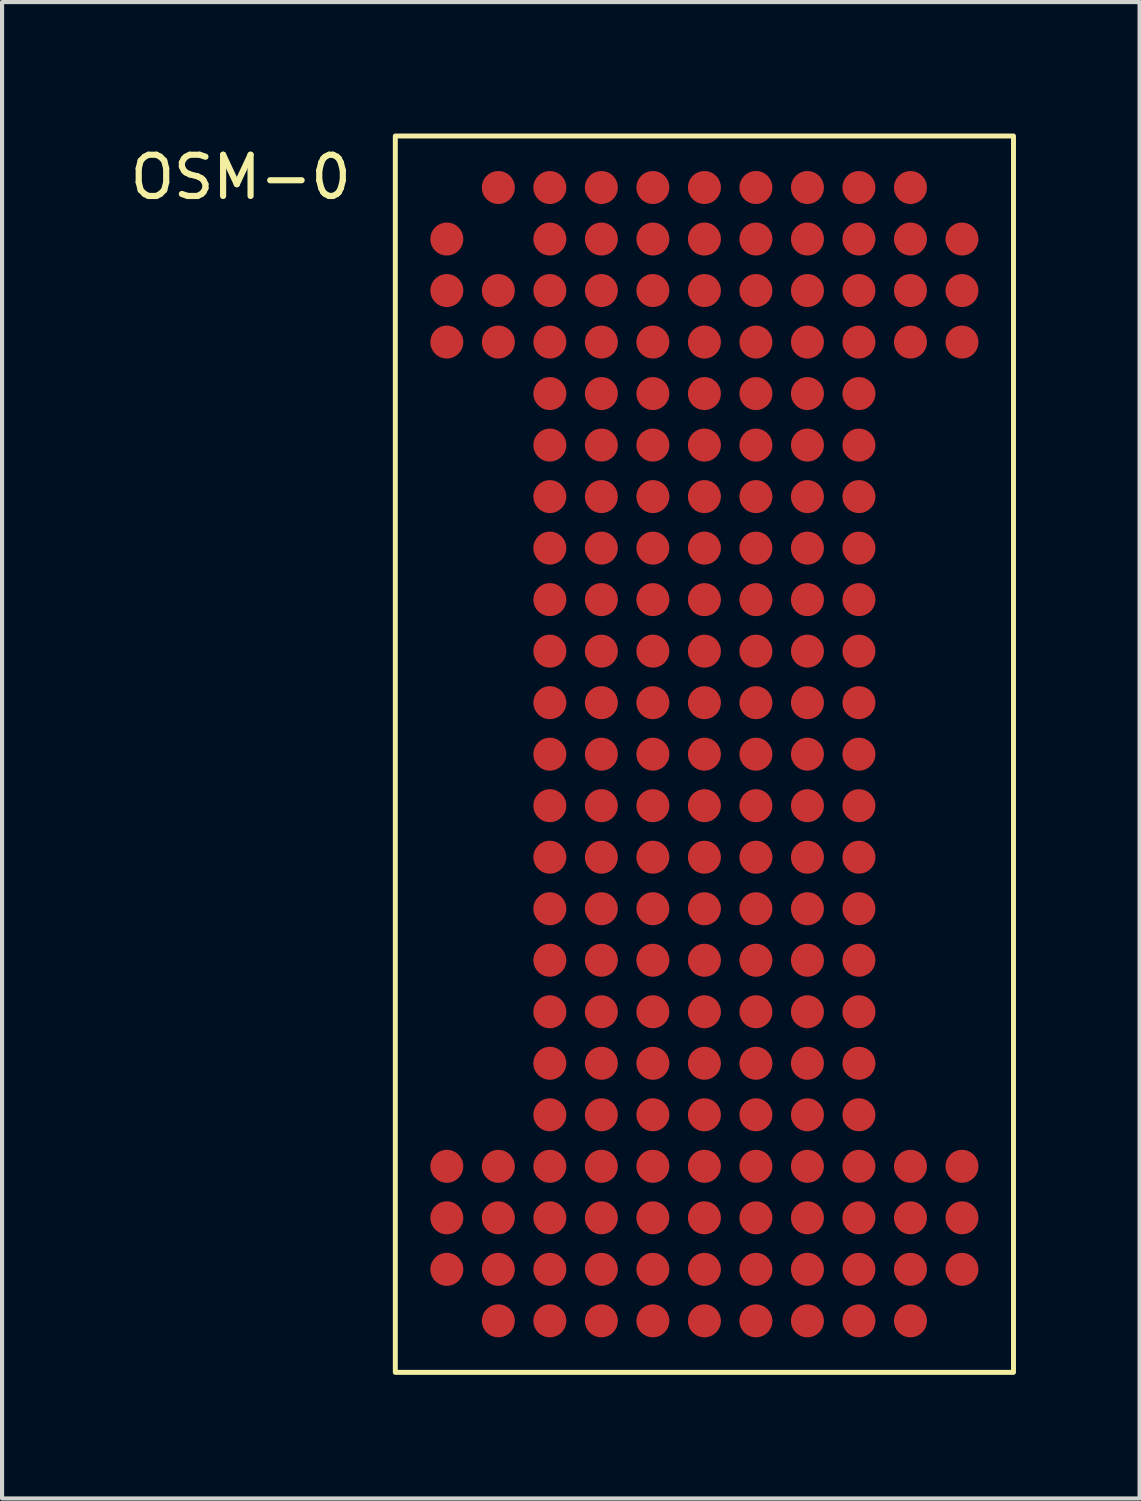
<source format=kicad_pcb>
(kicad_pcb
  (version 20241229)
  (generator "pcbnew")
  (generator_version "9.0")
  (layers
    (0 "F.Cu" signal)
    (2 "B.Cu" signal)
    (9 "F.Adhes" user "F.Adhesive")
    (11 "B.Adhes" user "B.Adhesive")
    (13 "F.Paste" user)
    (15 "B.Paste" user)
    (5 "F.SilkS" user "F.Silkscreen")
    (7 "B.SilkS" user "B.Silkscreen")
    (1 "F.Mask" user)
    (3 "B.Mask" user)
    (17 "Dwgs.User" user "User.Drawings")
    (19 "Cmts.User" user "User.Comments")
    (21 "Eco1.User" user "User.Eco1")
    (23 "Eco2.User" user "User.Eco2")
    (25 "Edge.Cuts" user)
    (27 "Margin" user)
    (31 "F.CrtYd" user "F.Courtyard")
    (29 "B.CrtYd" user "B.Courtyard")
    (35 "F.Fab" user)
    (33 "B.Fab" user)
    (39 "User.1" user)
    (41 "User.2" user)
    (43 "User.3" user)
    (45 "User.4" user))
  (footprint "OSM-0"
    (layer "F.Cu")
    (at 6.542 0.25)
    (property "Reference" "OSM-0" (at -3.75 1 0) (unlocked yes) (layer "F.SilkS") (effects (font (size 1 1) (thickness 0.15))))
    (attr smd)
    (fp_rect (start 0 0) (end 15 30) (stroke (width 0.12) (type solid)) (fill no) (layer "F.SilkS"))
    (pad "A14" smd circle (at 2.5 1.25) (size 0.8 0.8) (property pad_prop_bga) (layers "F.Cu" "F.Mask" "F.Paste"))
    (pad "A15" smd circle (at 3.75 1.25) (size 0.8 0.8) (property pad_prop_bga) (layers "F.Cu" "F.Mask" "F.Paste"))
    (pad "A16" smd circle (at 5 1.25) (size 0.8 0.8) (property pad_prop_bga) (layers "F.Cu" "F.Mask" "F.Paste"))
    (pad "A17" smd circle (at 6.25 1.25) (size 0.8 0.8) (property pad_prop_bga) (layers "F.Cu" "F.Mask" "F.Paste"))
    (pad "A18" smd circle (at 7.5 1.25) (size 0.8 0.8) (property pad_prop_bga) (layers "F.Cu" "F.Mask" "F.Paste"))
    (pad "A19" smd circle (at 8.75 1.25) (size 0.8 0.8) (property pad_prop_bga) (layers "F.Cu" "F.Mask" "F.Paste"))
    (pad "A20" smd circle (at 10 1.25) (size 0.8 0.8) (property pad_prop_bga) (layers "F.Cu" "F.Mask" "F.Paste"))
    (pad "A21" smd circle (at 11.25 1.25) (size 0.8 0.8) (property pad_prop_bga) (layers "F.Cu" "F.Mask" "F.Paste"))
    (pad "A22" smd circle (at 12.5 1.25) (size 0.8 0.8) (property pad_prop_bga) (layers "F.Cu" "F.Mask" "F.Paste"))
    (pad "AA13" smd circle (at 1.25 26.25) (size 0.8 0.8) (property pad_prop_bga) (layers "F.Cu" "F.Mask" "F.Paste"))
    (pad "AA14" smd circle (at 2.5 26.25) (size 0.8 0.8) (property pad_prop_bga) (layers "F.Cu" "F.Mask" "F.Paste"))
    (pad "AA15" smd circle (at 3.75 26.25) (size 0.8 0.8) (property pad_prop_bga) (layers "F.Cu" "F.Mask" "F.Paste"))
    (pad "AA16" smd circle (at 5 26.25) (size 0.8 0.8) (property pad_prop_bga) (layers "F.Cu" "F.Mask" "F.Paste"))
    (pad "AA17" smd circle (at 6.25 26.25) (size 0.8 0.8) (property pad_prop_bga) (layers "F.Cu" "F.Mask" "F.Paste"))
    (pad "AA18" smd circle (at 7.5 26.25) (size 0.8 0.8) (property pad_prop_bga) (layers "F.Cu" "F.Mask" "F.Paste"))
    (pad "AA19" smd circle (at 8.75 26.25) (size 0.8 0.8) (property pad_prop_bga) (layers "F.Cu" "F.Mask" "F.Paste"))
    (pad "AA20" smd circle (at 10 26.25) (size 0.8 0.8) (property pad_prop_bga) (layers "F.Cu" "F.Mask" "F.Paste"))
    (pad "AA21" smd circle (at 11.25 26.25) (size 0.8 0.8) (property pad_prop_bga) (layers "F.Cu" "F.Mask" "F.Paste"))
    (pad "AA22" smd circle (at 12.5 26.25) (size 0.8 0.8) (property pad_prop_bga) (layers "F.Cu" "F.Mask" "F.Paste"))
    (pad "AA23" smd circle (at 13.75 26.25) (size 0.8 0.8) (property pad_prop_bga) (layers "F.Cu" "F.Mask" "F.Paste"))
    (pad "AB13" smd circle (at 1.25 27.5) (size 0.8 0.8) (property pad_prop_bga) (layers "F.Cu" "F.Mask" "F.Paste"))
    (pad "AB14" smd circle (at 2.5 27.5) (size 0.8 0.8) (property pad_prop_bga) (layers "F.Cu" "F.Mask" "F.Paste"))
    (pad "AB15" smd circle (at 3.75 27.5) (size 0.8 0.8) (property pad_prop_bga) (layers "F.Cu" "F.Mask" "F.Paste"))
    (pad "AB16" smd circle (at 5 27.5) (size 0.8 0.8) (property pad_prop_bga) (layers "F.Cu" "F.Mask" "F.Paste"))
    (pad "AB17" smd circle (at 6.25 27.5) (size 0.8 0.8) (property pad_prop_bga) (layers "F.Cu" "F.Mask" "F.Paste"))
    (pad "AB18" smd circle (at 7.5 27.5) (size 0.8 0.8) (property pad_prop_bga) (layers "F.Cu" "F.Mask" "F.Paste"))
    (pad "AB19" smd circle (at 8.75 27.5) (size 0.8 0.8) (property pad_prop_bga) (layers "F.Cu" "F.Mask" "F.Paste"))
    (pad "AB20" smd circle (at 10 27.5) (size 0.8 0.8) (property pad_prop_bga) (layers "F.Cu" "F.Mask" "F.Paste"))
    (pad "AB21" smd circle (at 11.25 27.5) (size 0.8 0.8) (property pad_prop_bga) (layers "F.Cu" "F.Mask" "F.Paste"))
    (pad "AB22" smd circle (at 12.5 27.5) (size 0.8 0.8) (property pad_prop_bga) (layers "F.Cu" "F.Mask" "F.Paste"))
    (pad "AB23" smd circle (at 13.75 27.5) (size 0.8 0.8) (property pad_prop_bga) (layers "F.Cu" "F.Mask" "F.Paste"))
    (pad "AC14" smd circle (at 2.5 28.75) (size 0.8 0.8) (property pad_prop_bga) (layers "F.Cu" "F.Mask" "F.Paste"))
    (pad "AC15" smd circle (at 3.75 28.75) (size 0.8 0.8) (property pad_prop_bga) (layers "F.Cu" "F.Mask" "F.Paste"))
    (pad "AC16" smd circle (at 5 28.75) (size 0.8 0.8) (property pad_prop_bga) (layers "F.Cu" "F.Mask" "F.Paste"))
    (pad "AC17" smd circle (at 6.25 28.75) (size 0.8 0.8) (property pad_prop_bga) (layers "F.Cu" "F.Mask" "F.Paste"))
    (pad "AC18" smd circle (at 7.5 28.75) (size 0.8 0.8) (property pad_prop_bga) (layers "F.Cu" "F.Mask" "F.Paste"))
    (pad "AC19" smd circle (at 8.75 28.75) (size 0.8 0.8) (property pad_prop_bga) (layers "F.Cu" "F.Mask" "F.Paste"))
    (pad "AC20" smd circle (at 10 28.75) (size 0.8 0.8) (property pad_prop_bga) (layers "F.Cu" "F.Mask" "F.Paste"))
    (pad "AC21" smd circle (at 11.25 28.75) (size 0.8 0.8) (property pad_prop_bga) (layers "F.Cu" "F.Mask" "F.Paste"))
    (pad "AC22" smd circle (at 12.5 28.75) (size 0.8 0.8) (property pad_prop_bga) (layers "F.Cu" "F.Mask" "F.Paste"))
    (pad "B13" smd circle (at 1.25 2.5) (size 0.8 0.8) (property pad_prop_bga) (layers "F.Cu" "F.Mask" "F.Paste"))
    (pad "B15" smd circle (at 3.75 2.5) (size 0.8 0.8) (property pad_prop_bga) (layers "F.Cu" "F.Mask" "F.Paste"))
    (pad "B16" smd circle (at 5 2.5) (size 0.8 0.8) (property pad_prop_bga) (layers "F.Cu" "F.Mask" "F.Paste"))
    (pad "B17" smd circle (at 6.25 2.5) (size 0.8 0.8) (property pad_prop_bga) (layers "F.Cu" "F.Mask" "F.Paste"))
    (pad "B18" smd circle (at 7.5 2.5) (size 0.8 0.8) (property pad_prop_bga) (layers "F.Cu" "F.Mask" "F.Paste"))
    (pad "B19" smd circle (at 8.75 2.5) (size 0.8 0.8) (property pad_prop_bga) (layers "F.Cu" "F.Mask" "F.Paste"))
    (pad "B20" smd circle (at 10 2.5) (size 0.8 0.8) (property pad_prop_bga) (layers "F.Cu" "F.Mask" "F.Paste"))
    (pad "B21" smd circle (at 11.25 2.5) (size 0.8 0.8) (property pad_prop_bga) (layers "F.Cu" "F.Mask" "F.Paste"))
    (pad "B22" smd circle (at 12.5 2.5) (size 0.8 0.8) (property pad_prop_bga) (layers "F.Cu" "F.Mask" "F.Paste"))
    (pad "B23" smd circle (at 13.75 2.5) (size 0.8 0.8) (property pad_prop_bga) (layers "F.Cu" "F.Mask" "F.Paste"))
    (pad "C13" smd circle (at 1.25 3.75) (size 0.8 0.8) (property pad_prop_bga) (layers "F.Cu" "F.Mask" "F.Paste"))
    (pad "C14" smd circle (at 2.5 3.75) (size 0.8 0.8) (property pad_prop_bga) (layers "F.Cu" "F.Mask" "F.Paste"))
    (pad "C15" smd circle (at 3.75 3.75) (size 0.8 0.8) (property pad_prop_bga) (layers "F.Cu" "F.Mask" "F.Paste"))
    (pad "C16" smd circle (at 5 3.75) (size 0.8 0.8) (property pad_prop_bga) (layers "F.Cu" "F.Mask" "F.Paste"))
    (pad "C17" smd circle (at 6.25 3.75) (size 0.8 0.8) (property pad_prop_bga) (layers "F.Cu" "F.Mask" "F.Paste"))
    (pad "C18" smd circle (at 7.5 3.75) (size 0.8 0.8) (property pad_prop_bga) (layers "F.Cu" "F.Mask" "F.Paste"))
    (pad "C19" smd circle (at 8.75 3.75) (size 0.8 0.8) (property pad_prop_bga) (layers "F.Cu" "F.Mask" "F.Paste"))
    (pad "C20" smd circle (at 10 3.75) (size 0.8 0.8) (property pad_prop_bga) (layers "F.Cu" "F.Mask" "F.Paste"))
    (pad "C21" smd circle (at 11.25 3.75) (size 0.8 0.8) (property pad_prop_bga) (layers "F.Cu" "F.Mask" "F.Paste"))
    (pad "C22" smd circle (at 12.5 3.75) (size 0.8 0.8) (property pad_prop_bga) (layers "F.Cu" "F.Mask" "F.Paste"))
    (pad "C23" smd circle (at 13.75 3.75) (size 0.8 0.8) (property pad_prop_bga) (layers "F.Cu" "F.Mask" "F.Paste"))
    (pad "D13" smd circle (at 1.25 5) (size 0.8 0.8) (property pad_prop_bga) (layers "F.Cu" "F.Mask" "F.Paste"))
    (pad "D14" smd circle (at 2.5 5) (size 0.8 0.8) (property pad_prop_bga) (layers "F.Cu" "F.Mask" "F.Paste"))
    (pad "D15" smd circle (at 3.75 5) (size 0.8 0.8) (property pad_prop_bga) (layers "F.Cu" "F.Mask" "F.Paste"))
    (pad "D16" smd circle (at 5 5) (size 0.8 0.8) (property pad_prop_bga) (layers "F.Cu" "F.Mask" "F.Paste"))
    (pad "D17" smd circle (at 6.25 5) (size 0.8 0.8) (property pad_prop_bga) (layers "F.Cu" "F.Mask" "F.Paste"))
    (pad "D18" smd circle (at 7.5 5) (size 0.8 0.8) (property pad_prop_bga) (layers "F.Cu" "F.Mask" "F.Paste"))
    (pad "D19" smd circle (at 8.75 5) (size 0.8 0.8) (property pad_prop_bga) (layers "F.Cu" "F.Mask" "F.Paste"))
    (pad "D20" smd circle (at 10 5) (size 0.8 0.8) (property pad_prop_bga) (layers "F.Cu" "F.Mask" "F.Paste"))
    (pad "D21" smd circle (at 11.25 5) (size 0.8 0.8) (property pad_prop_bga) (layers "F.Cu" "F.Mask" "F.Paste"))
    (pad "D22" smd circle (at 12.5 5) (size 0.8 0.8) (property pad_prop_bga) (layers "F.Cu" "F.Mask" "F.Paste"))
    (pad "D23" smd circle (at 13.75 5) (size 0.8 0.8) (property pad_prop_bga) (layers "F.Cu" "F.Mask" "F.Paste"))
    (pad "E15" smd circle (at 3.75 6.25) (size 0.8 0.8) (property pad_prop_bga) (layers "F.Cu" "F.Mask" "F.Paste"))
    (pad "E16" smd circle (at 5 6.25) (size 0.8 0.8) (property pad_prop_bga) (layers "F.Cu" "F.Mask" "F.Paste"))
    (pad "E17" smd circle (at 6.25 6.25) (size 0.8 0.8) (property pad_prop_bga) (layers "F.Cu" "F.Mask" "F.Paste"))
    (pad "E18" smd circle (at 7.5 6.25) (size 0.8 0.8) (property pad_prop_bga) (layers "F.Cu" "F.Mask" "F.Paste"))
    (pad "E19" smd circle (at 8.75 6.25) (size 0.8 0.8) (property pad_prop_bga) (layers "F.Cu" "F.Mask" "F.Paste"))
    (pad "E20" smd circle (at 10 6.25) (size 0.8 0.8) (property pad_prop_bga) (layers "F.Cu" "F.Mask" "F.Paste"))
    (pad "E21" smd circle (at 11.25 6.25) (size 0.8 0.8) (property pad_prop_bga) (layers "F.Cu" "F.Mask" "F.Paste"))
    (pad "F15" smd circle (at 3.75 7.5) (size 0.8 0.8) (property pad_prop_bga) (layers "F.Cu" "F.Mask" "F.Paste"))
    (pad "F16" smd circle (at 5 7.5) (size 0.8 0.8) (property pad_prop_bga) (layers "F.Cu" "F.Mask" "F.Paste"))
    (pad "F17" smd circle (at 6.25 7.5) (size 0.8 0.8) (property pad_prop_bga) (layers "F.Cu" "F.Mask" "F.Paste"))
    (pad "F18" smd circle (at 7.5 7.5) (size 0.8 0.8) (property pad_prop_bga) (layers "F.Cu" "F.Mask" "F.Paste"))
    (pad "F19" smd circle (at 8.75 7.5) (size 0.8 0.8) (property pad_prop_bga) (layers "F.Cu" "F.Mask" "F.Paste"))
    (pad "F20" smd circle (at 10 7.5) (size 0.8 0.8) (property pad_prop_bga) (layers "F.Cu" "F.Mask" "F.Paste"))
    (pad "F21" smd circle (at 11.25 7.5) (size 0.8 0.8) (property pad_prop_bga) (layers "F.Cu" "F.Mask" "F.Paste"))
    (pad "G15" smd circle (at 3.75 8.75) (size 0.8 0.8) (property pad_prop_bga) (layers "F.Cu" "F.Mask" "F.Paste"))
    (pad "G16" smd circle (at 5 8.75) (size 0.8 0.8) (property pad_prop_bga) (layers "F.Cu" "F.Mask" "F.Paste"))
    (pad "G17" smd circle (at 6.25 8.75) (size 0.8 0.8) (property pad_prop_bga) (layers "F.Cu" "F.Mask" "F.Paste"))
    (pad "G18" smd circle (at 7.5 8.75) (size 0.8 0.8) (property pad_prop_bga) (layers "F.Cu" "F.Mask" "F.Paste"))
    (pad "G19" smd circle (at 8.75 8.75) (size 0.8 0.8) (property pad_prop_bga) (layers "F.Cu" "F.Mask" "F.Paste"))
    (pad "G20" smd circle (at 10 8.75) (size 0.8 0.8) (property pad_prop_bga) (layers "F.Cu" "F.Mask" "F.Paste"))
    (pad "G21" smd circle (at 11.25 8.75) (size 0.8 0.8) (property pad_prop_bga) (layers "F.Cu" "F.Mask" "F.Paste"))
    (pad "H15" smd circle (at 3.75 10) (size 0.8 0.8) (property pad_prop_bga) (layers "F.Cu" "F.Mask" "F.Paste"))
    (pad "H16" smd circle (at 5 10) (size 0.8 0.8) (property pad_prop_bga) (layers "F.Cu" "F.Mask" "F.Paste"))
    (pad "H17" smd circle (at 6.25 10) (size 0.8 0.8) (property pad_prop_bga) (layers "F.Cu" "F.Mask" "F.Paste"))
    (pad "H18" smd circle (at 7.5 10) (size 0.8 0.8) (property pad_prop_bga) (layers "F.Cu" "F.Mask" "F.Paste"))
    (pad "H19" smd circle (at 8.75 10) (size 0.8 0.8) (property pad_prop_bga) (layers "F.Cu" "F.Mask" "F.Paste"))
    (pad "H20" smd circle (at 10 10) (size 0.8 0.8) (property pad_prop_bga) (layers "F.Cu" "F.Mask" "F.Paste"))
    (pad "H21" smd circle (at 11.25 10) (size 0.8 0.8) (property pad_prop_bga) (layers "F.Cu" "F.Mask" "F.Paste"))
    (pad "J15" smd circle (at 3.75 11.25) (size 0.8 0.8) (property pad_prop_bga) (layers "F.Cu" "F.Mask" "F.Paste"))
    (pad "J16" smd circle (at 5 11.25) (size 0.8 0.8) (property pad_prop_bga) (layers "F.Cu" "F.Mask" "F.Paste"))
    (pad "J17" smd circle (at 6.25 11.25) (size 0.8 0.8) (property pad_prop_bga) (layers "F.Cu" "F.Mask" "F.Paste"))
    (pad "J18" smd circle (at 7.5 11.25) (size 0.8 0.8) (property pad_prop_bga) (layers "F.Cu" "F.Mask" "F.Paste"))
    (pad "J19" smd circle (at 8.75 11.25) (size 0.8 0.8) (property pad_prop_bga) (layers "F.Cu" "F.Mask" "F.Paste"))
    (pad "J20" smd circle (at 10 11.25) (size 0.8 0.8) (property pad_prop_bga) (layers "F.Cu" "F.Mask" "F.Paste"))
    (pad "J21" smd circle (at 11.25 11.25) (size 0.8 0.8) (property pad_prop_bga) (layers "F.Cu" "F.Mask" "F.Paste"))
    (pad "K15" smd circle (at 3.75 12.5) (size 0.8 0.8) (property pad_prop_bga) (layers "F.Cu" "F.Mask" "F.Paste"))
    (pad "K16" smd circle (at 5 12.5) (size 0.8 0.8) (property pad_prop_bga) (layers "F.Cu" "F.Mask" "F.Paste"))
    (pad "K17" smd circle (at 6.25 12.5) (size 0.8 0.8) (property pad_prop_bga) (layers "F.Cu" "F.Mask" "F.Paste"))
    (pad "K18" smd circle (at 7.5 12.5) (size 0.8 0.8) (property pad_prop_bga) (layers "F.Cu" "F.Mask" "F.Paste"))
    (pad "K19" smd circle (at 8.75 12.5) (size 0.8 0.8) (property pad_prop_bga) (layers "F.Cu" "F.Mask" "F.Paste"))
    (pad "K20" smd circle (at 10 12.5) (size 0.8 0.8) (property pad_prop_bga) (layers "F.Cu" "F.Mask" "F.Paste"))
    (pad "K21" smd circle (at 11.25 12.5) (size 0.8 0.8) (property pad_prop_bga) (layers "F.Cu" "F.Mask" "F.Paste"))
    (pad "L15" smd circle (at 3.75 13.75) (size 0.8 0.8) (property pad_prop_bga) (layers "F.Cu" "F.Mask" "F.Paste"))
    (pad "L16" smd circle (at 5 13.75) (size 0.8 0.8) (property pad_prop_bga) (layers "F.Cu" "F.Mask" "F.Paste"))
    (pad "L17" smd circle (at 6.25 13.75) (size 0.8 0.8) (property pad_prop_bga) (layers "F.Cu" "F.Mask" "F.Paste"))
    (pad "L18" smd circle (at 7.5 13.75) (size 0.8 0.8) (property pad_prop_bga) (layers "F.Cu" "F.Mask" "F.Paste"))
    (pad "L19" smd circle (at 8.75 13.75) (size 0.8 0.8) (property pad_prop_bga) (layers "F.Cu" "F.Mask" "F.Paste"))
    (pad "L20" smd circle (at 10 13.75) (size 0.8 0.8) (property pad_prop_bga) (layers "F.Cu" "F.Mask" "F.Paste"))
    (pad "L21" smd circle (at 11.25 13.75) (size 0.8 0.8) (property pad_prop_bga) (layers "F.Cu" "F.Mask" "F.Paste"))
    (pad "M15" smd circle (at 3.75 15) (size 0.8 0.8) (property pad_prop_bga) (layers "F.Cu" "F.Mask" "F.Paste"))
    (pad "M16" smd circle (at 5 15) (size 0.8 0.8) (property pad_prop_bga) (layers "F.Cu" "F.Mask" "F.Paste"))
    (pad "M17" smd circle (at 6.25 15) (size 0.8 0.8) (property pad_prop_bga) (layers "F.Cu" "F.Mask" "F.Paste"))
    (pad "M18" smd circle (at 7.5 15) (size 0.8 0.8) (property pad_prop_bga) (layers "F.Cu" "F.Mask" "F.Paste"))
    (pad "M19" smd circle (at 8.75 15) (size 0.8 0.8) (property pad_prop_bga) (layers "F.Cu" "F.Mask" "F.Paste"))
    (pad "M20" smd circle (at 10 15) (size 0.8 0.8) (property pad_prop_bga) (layers "F.Cu" "F.Mask" "F.Paste"))
    (pad "M21" smd circle (at 11.25 15) (size 0.8 0.8) (property pad_prop_bga) (layers "F.Cu" "F.Mask" "F.Paste"))
    (pad "N15" smd circle (at 3.75 16.25) (size 0.8 0.8) (property pad_prop_bga) (layers "F.Cu" "F.Mask" "F.Paste"))
    (pad "N16" smd circle (at 5 16.25) (size 0.8 0.8) (property pad_prop_bga) (layers "F.Cu" "F.Mask" "F.Paste"))
    (pad "N17" smd circle (at 6.25 16.25) (size 0.8 0.8) (property pad_prop_bga) (layers "F.Cu" "F.Mask" "F.Paste"))
    (pad "N18" smd circle (at 7.5 16.25) (size 0.8 0.8) (property pad_prop_bga) (layers "F.Cu" "F.Mask" "F.Paste"))
    (pad "N19" smd circle (at 8.75 16.25) (size 0.8 0.8) (property pad_prop_bga) (layers "F.Cu" "F.Mask" "F.Paste"))
    (pad "N20" smd circle (at 10 16.25) (size 0.8 0.8) (property pad_prop_bga) (layers "F.Cu" "F.Mask" "F.Paste"))
    (pad "N21" smd circle (at 11.25 16.25) (size 0.8 0.8) (property pad_prop_bga) (layers "F.Cu" "F.Mask" "F.Paste"))
    (pad "P15" smd circle (at 3.75 17.5) (size 0.8 0.8) (property pad_prop_bga) (layers "F.Cu" "F.Mask" "F.Paste"))
    (pad "P16" smd circle (at 5 17.5) (size 0.8 0.8) (property pad_prop_bga) (layers "F.Cu" "F.Mask" "F.Paste"))
    (pad "P17" smd circle (at 6.25 17.5) (size 0.8 0.8) (property pad_prop_bga) (layers "F.Cu" "F.Mask" "F.Paste"))
    (pad "P18" smd circle (at 7.5 17.5) (size 0.8 0.8) (property pad_prop_bga) (layers "F.Cu" "F.Mask" "F.Paste"))
    (pad "P19" smd circle (at 8.75 17.5) (size 0.8 0.8) (property pad_prop_bga) (layers "F.Cu" "F.Mask" "F.Paste"))
    (pad "P20" smd circle (at 10 17.5) (size 0.8 0.8) (property pad_prop_bga) (layers "F.Cu" "F.Mask" "F.Paste"))
    (pad "P21" smd circle (at 11.25 17.5) (size 0.8 0.8) (property pad_prop_bga) (layers "F.Cu" "F.Mask" "F.Paste"))
    (pad "R15" smd circle (at 3.75 18.75) (size 0.8 0.8) (property pad_prop_bga) (layers "F.Cu" "F.Mask" "F.Paste"))
    (pad "R16" smd circle (at 5 18.75) (size 0.8 0.8) (property pad_prop_bga) (layers "F.Cu" "F.Mask" "F.Paste"))
    (pad "R17" smd circle (at 6.25 18.75) (size 0.8 0.8) (property pad_prop_bga) (layers "F.Cu" "F.Mask" "F.Paste"))
    (pad "R18" smd circle (at 7.5 18.75) (size 0.8 0.8) (property pad_prop_bga) (layers "F.Cu" "F.Mask" "F.Paste"))
    (pad "R19" smd circle (at 8.75 18.75) (size 0.8 0.8) (property pad_prop_bga) (layers "F.Cu" "F.Mask" "F.Paste"))
    (pad "R20" smd circle (at 10 18.75) (size 0.8 0.8) (property pad_prop_bga) (layers "F.Cu" "F.Mask" "F.Paste"))
    (pad "R21" smd circle (at 11.25 18.75) (size 0.8 0.8) (property pad_prop_bga) (layers "F.Cu" "F.Mask" "F.Paste"))
    (pad "T15" smd circle (at 3.75 20) (size 0.8 0.8) (property pad_prop_bga) (layers "F.Cu" "F.Mask" "F.Paste"))
    (pad "T16" smd circle (at 5 20) (size 0.8 0.8) (property pad_prop_bga) (layers "F.Cu" "F.Mask" "F.Paste"))
    (pad "T17" smd circle (at 6.25 20) (size 0.8 0.8) (property pad_prop_bga) (layers "F.Cu" "F.Mask" "F.Paste"))
    (pad "T18" smd circle (at 7.5 20) (size 0.8 0.8) (property pad_prop_bga) (layers "F.Cu" "F.Mask" "F.Paste"))
    (pad "T19" smd circle (at 8.75 20) (size 0.8 0.8) (property pad_prop_bga) (layers "F.Cu" "F.Mask" "F.Paste"))
    (pad "T20" smd circle (at 10 20) (size 0.8 0.8) (property pad_prop_bga) (layers "F.Cu" "F.Mask" "F.Paste"))
    (pad "T21" smd circle (at 11.25 20) (size 0.8 0.8) (property pad_prop_bga) (layers "F.Cu" "F.Mask" "F.Paste"))
    (pad "U15" smd circle (at 3.75 21.25) (size 0.8 0.8) (property pad_prop_bga) (layers "F.Cu" "F.Mask" "F.Paste"))
    (pad "U16" smd circle (at 5 21.25) (size 0.8 0.8) (property pad_prop_bga) (layers "F.Cu" "F.Mask" "F.Paste"))
    (pad "U17" smd circle (at 6.25 21.25) (size 0.8 0.8) (property pad_prop_bga) (layers "F.Cu" "F.Mask" "F.Paste"))
    (pad "U18" smd circle (at 7.5 21.25) (size 0.8 0.8) (property pad_prop_bga) (layers "F.Cu" "F.Mask" "F.Paste"))
    (pad "U19" smd circle (at 8.75 21.25) (size 0.8 0.8) (property pad_prop_bga) (layers "F.Cu" "F.Mask" "F.Paste"))
    (pad "U20" smd circle (at 10 21.25) (size 0.8 0.8) (property pad_prop_bga) (layers "F.Cu" "F.Mask" "F.Paste"))
    (pad "U21" smd circle (at 11.25 21.25) (size 0.8 0.8) (property pad_prop_bga) (layers "F.Cu" "F.Mask" "F.Paste"))
    (pad "V15" smd circle (at 3.75 22.5) (size 0.8 0.8) (property pad_prop_bga) (layers "F.Cu" "F.Mask" "F.Paste"))
    (pad "V16" smd circle (at 5 22.5) (size 0.8 0.8) (property pad_prop_bga) (layers "F.Cu" "F.Mask" "F.Paste"))
    (pad "V17" smd circle (at 6.25 22.5) (size 0.8 0.8) (property pad_prop_bga) (layers "F.Cu" "F.Mask" "F.Paste"))
    (pad "V18" smd circle (at 7.5 22.5) (size 0.8 0.8) (property pad_prop_bga) (layers "F.Cu" "F.Mask" "F.Paste"))
    (pad "V19" smd circle (at 8.75 22.5) (size 0.8 0.8) (property pad_prop_bga) (layers "F.Cu" "F.Mask" "F.Paste"))
    (pad "V20" smd circle (at 10 22.5) (size 0.8 0.8) (property pad_prop_bga) (layers "F.Cu" "F.Mask" "F.Paste"))
    (pad "V21" smd circle (at 11.25 22.5) (size 0.8 0.8) (property pad_prop_bga) (layers "F.Cu" "F.Mask" "F.Paste"))
    (pad "W15" smd circle (at 3.75 23.75) (size 0.8 0.8) (property pad_prop_bga) (layers "F.Cu" "F.Mask" "F.Paste"))
    (pad "W16" smd circle (at 5 23.75) (size 0.8 0.8) (property pad_prop_bga) (layers "F.Cu" "F.Mask" "F.Paste"))
    (pad "W17" smd circle (at 6.25 23.75) (size 0.8 0.8) (property pad_prop_bga) (layers "F.Cu" "F.Mask" "F.Paste"))
    (pad "W18" smd circle (at 7.5 23.75) (size 0.8 0.8) (property pad_prop_bga) (layers "F.Cu" "F.Mask" "F.Paste"))
    (pad "W19" smd circle (at 8.75 23.75) (size 0.8 0.8) (property pad_prop_bga) (layers "F.Cu" "F.Mask" "F.Paste"))
    (pad "W20" smd circle (at 10 23.75) (size 0.8 0.8) (property pad_prop_bga) (layers "F.Cu" "F.Mask" "F.Paste"))
    (pad "W21" smd circle (at 11.25 23.75) (size 0.8 0.8) (property pad_prop_bga) (layers "F.Cu" "F.Mask" "F.Paste"))
    (pad "Y13" smd circle (at 1.25 25) (size 0.8 0.8) (property pad_prop_bga) (layers "F.Cu" "F.Mask" "F.Paste"))
    (pad "Y14" smd circle (at 2.5 25) (size 0.8 0.8) (property pad_prop_bga) (layers "F.Cu" "F.Mask" "F.Paste"))
    (pad "Y15" smd circle (at 3.75 25) (size 0.8 0.8) (property pad_prop_bga) (layers "F.Cu" "F.Mask" "F.Paste"))
    (pad "Y16" smd circle (at 5 25) (size 0.8 0.8) (property pad_prop_bga) (layers "F.Cu" "F.Mask" "F.Paste"))
    (pad "Y17" smd circle (at 6.25 25) (size 0.8 0.8) (property pad_prop_bga) (layers "F.Cu" "F.Mask" "F.Paste"))
    (pad "Y18" smd circle (at 7.5 25) (size 0.8 0.8) (property pad_prop_bga) (layers "F.Cu" "F.Mask" "F.Paste"))
    (pad "Y19" smd circle (at 8.75 25) (size 0.8 0.8) (property pad_prop_bga) (layers "F.Cu" "F.Mask" "F.Paste"))
    (pad "Y20" smd circle (at 10 25) (size 0.8 0.8) (property pad_prop_bga) (layers "F.Cu" "F.Mask" "F.Paste"))
    (pad "Y21" smd circle (at 11.25 25) (size 0.8 0.8) (property pad_prop_bga) (layers "F.Cu" "F.Mask" "F.Paste"))
    (pad "Y22" smd circle (at 12.5 25) (size 0.8 0.8) (property pad_prop_bga) (layers "F.Cu" "F.Mask" "F.Paste"))
    (pad "Y23" smd circle (at 13.75 25) (size 0.8 0.8) (property pad_prop_bga) (layers "F.Cu" "F.Mask" "F.Paste")))
  (gr_rect
    (start -3 -3)
    (end 24.602 33.31)
    (stroke (width 0.1) (type default))
    (fill no)
    (layer "Edge.Cuts")))
</source>
